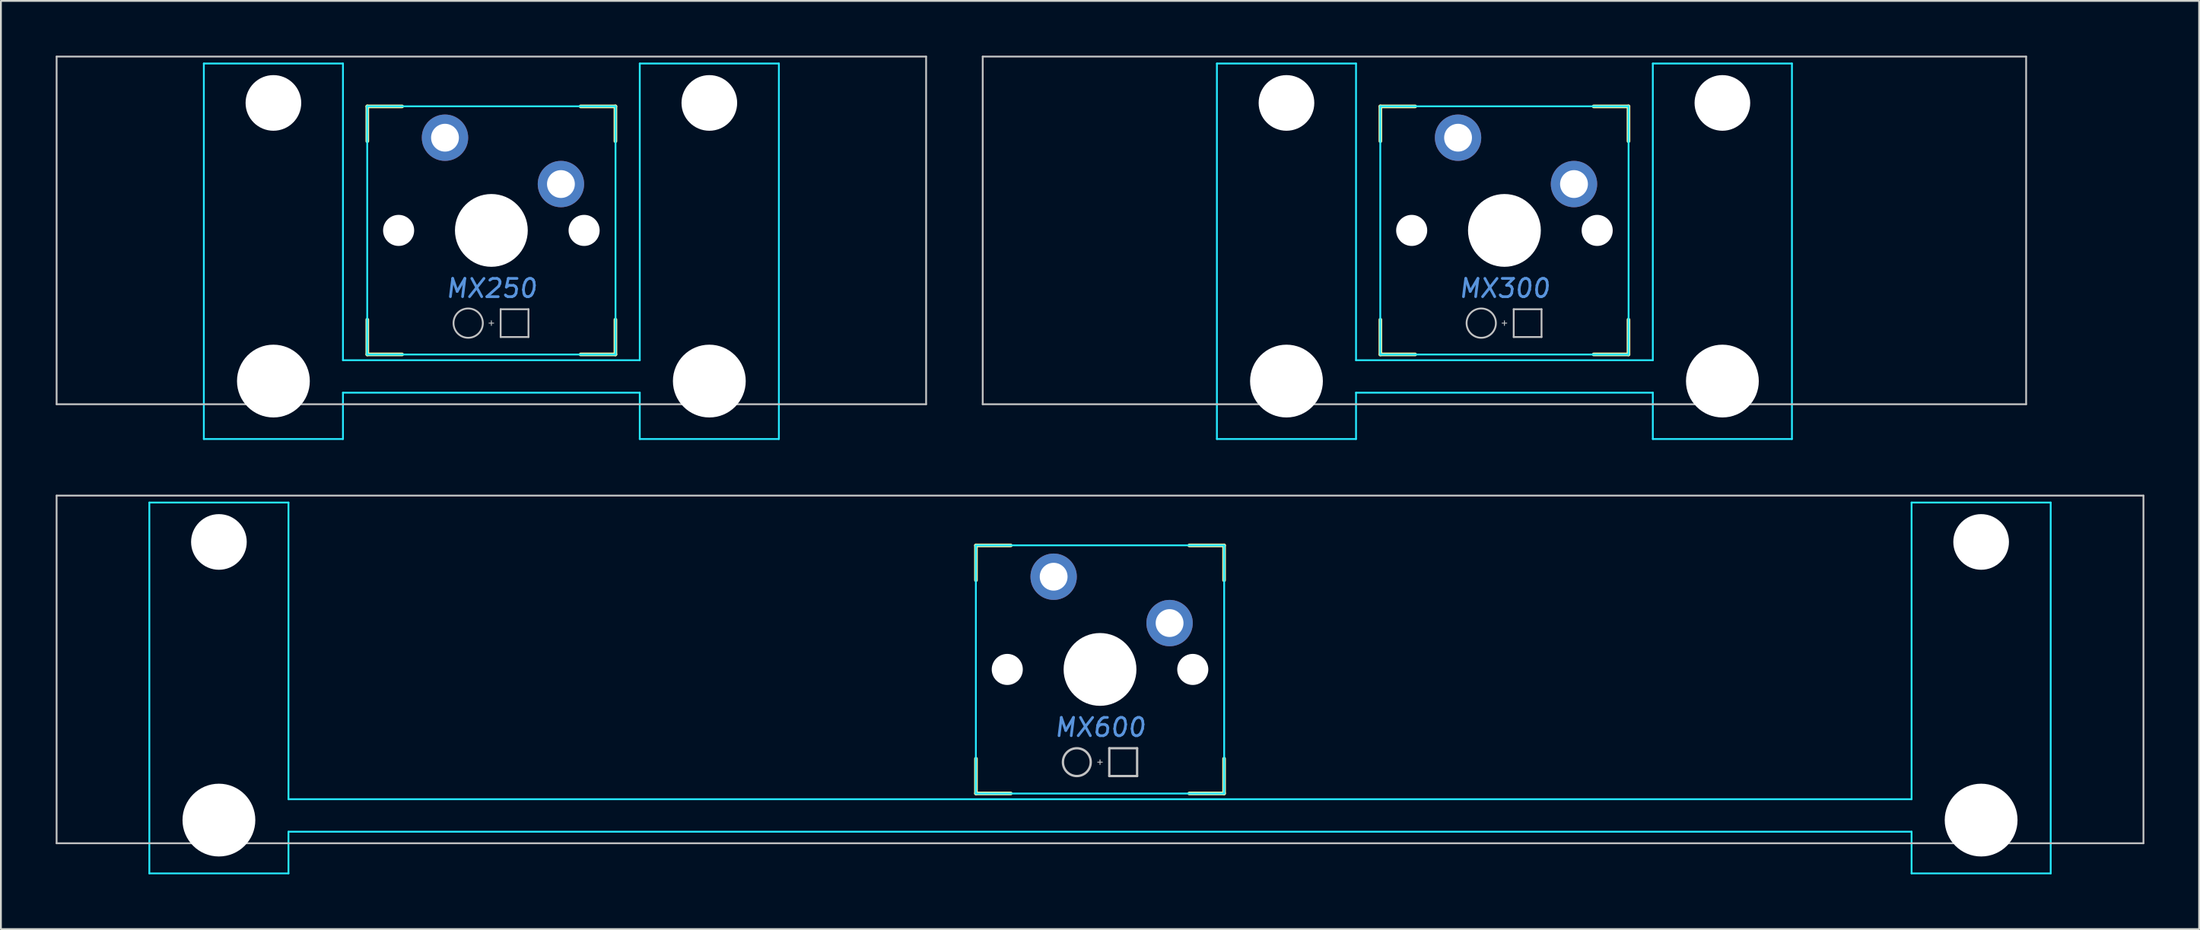
<source format=kicad_pcb>
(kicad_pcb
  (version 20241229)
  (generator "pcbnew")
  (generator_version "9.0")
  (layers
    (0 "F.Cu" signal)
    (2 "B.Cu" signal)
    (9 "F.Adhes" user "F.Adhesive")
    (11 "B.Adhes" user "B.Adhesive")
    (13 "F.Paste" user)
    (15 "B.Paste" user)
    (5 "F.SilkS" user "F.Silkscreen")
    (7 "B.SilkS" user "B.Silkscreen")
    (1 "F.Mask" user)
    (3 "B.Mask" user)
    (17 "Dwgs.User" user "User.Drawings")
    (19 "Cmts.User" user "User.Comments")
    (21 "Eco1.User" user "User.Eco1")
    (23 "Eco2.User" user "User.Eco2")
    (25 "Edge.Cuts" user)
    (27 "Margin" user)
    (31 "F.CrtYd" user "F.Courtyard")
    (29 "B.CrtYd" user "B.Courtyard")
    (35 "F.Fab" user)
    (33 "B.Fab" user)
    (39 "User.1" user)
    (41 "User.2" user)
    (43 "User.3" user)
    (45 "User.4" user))
  (footprint "MX300"
    (layer "F.Cu")
    (at 79.35 9.575)
    (property "Reference" "MX300" (at 0 3.175 0) (layer "Cmts.User") (effects (font (size 1 1) (thickness 0.15) (italic yes))))
    (attr through_hole)
    (fp_line (start -6.795 -4.889) (end -6.795 -6.795) (stroke (width 0.2) (type solid)) (layer "F.SilkS"))
    (fp_line (start -6.795 4.889) (end -6.795 6.795) (stroke (width 0.2) (type solid)) (layer "F.SilkS"))
    (fp_line (start -4.889 -6.795) (end -6.795 -6.795) (stroke (width 0.2) (type solid)) (layer "F.SilkS"))
    (fp_line (start -4.889 6.795) (end -6.795 6.795) (stroke (width 0.2) (type solid)) (layer "F.SilkS"))
    (fp_line (start 4.889 -6.795) (end 6.795 -6.795) (stroke (width 0.2) (type solid)) (layer "F.SilkS"))
    (fp_line (start 4.889 6.795) (end 6.795 6.795) (stroke (width 0.2) (type solid)) (layer "F.SilkS"))
    (fp_line (start 6.795 -4.889) (end 6.795 -6.795) (stroke (width 0.2) (type solid)) (layer "F.SilkS"))
    (fp_line (start 6.795 4.889) (end 6.795 6.795) (stroke (width 0.2) (type solid)) (layer "F.SilkS"))
    (fp_line (start -28.575 -9.525) (end -28.575 9.525) (stroke (width 0.1) (type solid)) (layer "Dwgs.User"))
    (fp_line (start -28.575 -9.525) (end 28.575 -9.525) (stroke (width 0.1) (type solid)) (layer "Dwgs.User"))
    (fp_line (start -28.575 9.525) (end 28.575 9.525) (stroke (width 0.1) (type solid)) (layer "Dwgs.User"))
    (fp_line (start -0.127 5.08) (end 0.127 5.08) (stroke (width 0.05) (type solid)) (layer "Dwgs.User"))
    (fp_line (start 0 5.207) (end 0 4.953) (stroke (width 0.05) (type solid)) (layer "Dwgs.User"))
    (fp_line (start 0.508 4.318) (end 0.508 5.842) (stroke (width 0.1) (type solid)) (layer "Dwgs.User"))
    (fp_line (start 0.508 4.318) (end 2.032 4.318) (stroke (width 0.1) (type solid)) (layer "Dwgs.User"))
    (fp_line (start 0.508 5.842) (end 2.032 5.842) (stroke (width 0.1) (type solid)) (layer "Dwgs.User"))
    (fp_line (start 2.032 5.842) (end 2.032 4.318) (stroke (width 0.1) (type solid)) (layer "Dwgs.User"))
    (fp_line (start 28.575 -9.525) (end 28.575 9.525) (stroke (width 0.1) (type solid)) (layer "Dwgs.User"))
    (fp_circle (center -1.27 5.08) (end -0.467 5.08) (stroke (width 0.1) (type solid)) (fill no) (layer "Dwgs.User"))
    (fp_line (start -15.748 -9.144) (end -8.128 -9.144) (stroke (width 0.1) (type solid)) (layer "B.CrtYd"))
    (fp_line (start -15.748 11.43) (end -15.748 -9.144) (stroke (width 0.1) (type solid)) (layer "B.CrtYd"))
    (fp_line (start -8.128 -9.144) (end -8.128 7.112) (stroke (width 0.1) (type solid)) (layer "B.CrtYd"))
    (fp_line (start -8.128 7.112) (end 8.128 7.112) (stroke (width 0.1) (type solid)) (layer "B.CrtYd"))
    (fp_line (start -8.128 8.89) (end 8.128 8.89) (stroke (width 0.1) (type solid)) (layer "B.CrtYd"))
    (fp_line (start -8.128 11.43) (end -15.748 11.43) (stroke (width 0.1) (type solid)) (layer "B.CrtYd"))
    (fp_line (start -8.128 11.43) (end -8.128 8.89) (stroke (width 0.1) (type solid)) (layer "B.CrtYd"))
    (fp_line (start -6.8 6.8) (end -6.8 -6.8) (stroke (width 0.1) (type solid)) (layer "B.CrtYd"))
    (fp_line (start 6.8 -6.8) (end -6.8 -6.8) (stroke (width 0.1) (type solid)) (layer "B.CrtYd"))
    (fp_line (start 6.8 6.8) (end -6.8 6.8) (stroke (width 0.1) (type solid)) (layer "B.CrtYd"))
    (fp_line (start 6.8 6.8) (end 6.8 -6.8) (stroke (width 0.1) (type solid)) (layer "B.CrtYd"))
    (fp_line (start 8.128 -9.144) (end 8.128 7.112) (stroke (width 0.1) (type solid)) (layer "B.CrtYd"))
    (fp_line (start 8.128 -9.144) (end 15.748 -9.144) (stroke (width 0.1) (type solid)) (layer "B.CrtYd"))
    (fp_line (start 8.128 11.43) (end 8.128 8.89) (stroke (width 0.1) (type solid)) (layer "B.CrtYd"))
    (fp_line (start 15.748 -9.144) (end 15.748 11.43) (stroke (width 0.1) (type solid)) (layer "B.CrtYd"))
    (fp_line (start 15.748 11.43) (end 8.128 11.43) (stroke (width 0.1) (type solid)) (layer "B.CrtYd"))
    (pad "" np_thru_hole circle (at -11.938 -6.985) (size 3.048 3.048) (drill 3.048) (layers "*.Cu" "*.Mask"))
    (pad "" np_thru_hole circle (at -11.938 8.255) (size 3.988 3.988) (drill 3.988) (layers "*.Cu" "*.Mask"))
    (pad "" np_thru_hole circle (at -5.08 0) (size 1.702 1.702) (drill 1.702) (layers "*.Cu" "*.Mask"))
    (pad "" np_thru_hole circle (at 0 0) (size 3.988 3.988) (drill 3.988) (layers "*.Cu" "*.Mask"))
    (pad "" np_thru_hole circle (at 5.08 0) (size 1.702 1.702) (drill 1.702) (layers "*.Cu" "*.Mask"))
    (pad "" np_thru_hole circle (at 11.938 -6.985) (size 3.048 3.048) (drill 3.048) (layers "*.Cu" "*.Mask"))
    (pad "" np_thru_hole circle (at 11.938 8.255) (size 3.988 3.988) (drill 3.988) (layers "*.Cu" "*.Mask"))
    (pad "1" thru_hole circle (at -2.54 -5.08) (size 2.54 2.54) (drill 1.524) (layers "*.Cu" "*.Mask"))
    (pad "2" thru_hole circle (at 3.81 -2.54) (size 2.54 2.54) (drill 1.524) (layers "*.Cu" "*.Mask")))
  (footprint "MX600"
    (layer "F.Cu")
    (at 57.2 33.63)
    (property "Reference" "MX600" (at 0 3.175 0) (layer "Cmts.User") (effects (font (size 1 1) (thickness 0.15) (italic yes))))
    (attr through_hole)
    (fp_line (start -6.795 -4.889) (end -6.795 -6.795) (stroke (width 0.2) (type solid)) (layer "F.SilkS"))
    (fp_line (start -6.795 4.889) (end -6.795 6.795) (stroke (width 0.2) (type solid)) (layer "F.SilkS"))
    (fp_line (start -4.889 -6.795) (end -6.795 -6.795) (stroke (width 0.2) (type solid)) (layer "F.SilkS"))
    (fp_line (start -4.889 6.795) (end -6.795 6.795) (stroke (width 0.2) (type solid)) (layer "F.SilkS"))
    (fp_line (start 4.889 -6.795) (end 6.795 -6.795) (stroke (width 0.2) (type solid)) (layer "F.SilkS"))
    (fp_line (start 4.889 6.795) (end 6.795 6.795) (stroke (width 0.2) (type solid)) (layer "F.SilkS"))
    (fp_line (start 6.795 -4.889) (end 6.795 -6.795) (stroke (width 0.2) (type solid)) (layer "F.SilkS"))
    (fp_line (start 6.795 4.889) (end 6.795 6.795) (stroke (width 0.2) (type solid)) (layer "F.SilkS"))
    (fp_line (start -57.15 -9.525) (end -57.15 9.525) (stroke (width 0.1) (type solid)) (layer "Dwgs.User"))
    (fp_line (start -57.15 -9.525) (end 57.15 -9.525) (stroke (width 0.1) (type solid)) (layer "Dwgs.User"))
    (fp_line (start -57.15 9.525) (end 57.15 9.525) (stroke (width 0.1) (type solid)) (layer "Dwgs.User"))
    (fp_line (start -0.127 5.08) (end 0.127 5.08) (stroke (width 0.051) (type solid)) (layer "Dwgs.User"))
    (fp_line (start 0 5.207) (end 0 4.953) (stroke (width 0.051) (type solid)) (layer "Dwgs.User"))
    (fp_line (start 0.508 4.318) (end 0.508 5.842) (stroke (width 0.127) (type solid)) (layer "Dwgs.User"))
    (fp_line (start 0.508 4.318) (end 2.032 4.318) (stroke (width 0.127) (type solid)) (layer "Dwgs.User"))
    (fp_line (start 0.508 5.842) (end 2.032 5.842) (stroke (width 0.127) (type solid)) (layer "Dwgs.User"))
    (fp_line (start 2.032 5.842) (end 2.032 4.318) (stroke (width 0.127) (type solid)) (layer "Dwgs.User"))
    (fp_line (start 57.15 -9.525) (end 57.15 9.525) (stroke (width 0.1) (type solid)) (layer "Dwgs.User"))
    (fp_circle (center -1.27 5.08) (end -0.508 5.08) (stroke (width 0.127) (type solid)) (fill no) (layer "Dwgs.User"))
    (fp_line (start -52.07 -9.144) (end -52.07 11.176) (stroke (width 0.1) (type solid)) (layer "B.CrtYd"))
    (fp_line (start -52.07 -9.144) (end -44.45 -9.144) (stroke (width 0.1) (type solid)) (layer "B.CrtYd"))
    (fp_line (start -52.07 11.176) (end -44.45 11.176) (stroke (width 0.1) (type solid)) (layer "B.CrtYd"))
    (fp_line (start -44.45 7.112) (end -44.45 -9.144) (stroke (width 0.1) (type solid)) (layer "B.CrtYd"))
    (fp_line (start -44.45 7.112) (end 44.45 7.112) (stroke (width 0.1) (type solid)) (layer "B.CrtYd"))
    (fp_line (start -44.45 8.89) (end -44.45 11.176) (stroke (width 0.1) (type solid)) (layer "B.CrtYd"))
    (fp_line (start -44.45 8.89) (end 44.45 8.89) (stroke (width 0.1) (type solid)) (layer "B.CrtYd"))
    (fp_line (start -6.8 -6.8) (end -6.8 6.8) (stroke (width 0.1) (type solid)) (layer "B.CrtYd"))
    (fp_line (start -6.8 -6.8) (end 6.8 -6.8) (stroke (width 0.1) (type solid)) (layer "B.CrtYd"))
    (fp_line (start -6.8 6.8) (end 6.8 6.8) (stroke (width 0.1) (type solid)) (layer "B.CrtYd"))
    (fp_line (start 6.8 6.8) (end 6.8 -6.8) (stroke (width 0.1) (type solid)) (layer "B.CrtYd"))
    (fp_line (start 44.45 -9.144) (end 52.07 -9.144) (stroke (width 0.1) (type solid)) (layer "B.CrtYd"))
    (fp_line (start 44.45 7.112) (end 44.45 -9.144) (stroke (width 0.1) (type solid)) (layer "B.CrtYd"))
    (fp_line (start 44.45 8.89) (end 44.45 11.176) (stroke (width 0.1) (type solid)) (layer "B.CrtYd"))
    (fp_line (start 44.45 11.176) (end 52.07 11.176) (stroke (width 0.1) (type solid)) (layer "B.CrtYd"))
    (fp_line (start 52.07 -9.144) (end 52.07 11.176) (stroke (width 0.1) (type solid)) (layer "B.CrtYd"))
    (pad "" np_thru_hole circle (at -48.26 -6.985 180) (size 3.048 3.048) (drill 3.048) (layers "*.Cu" "*.Mask"))
    (pad "" np_thru_hole circle (at -48.26 8.255 180) (size 3.988 3.988) (drill 3.988) (layers "*.Cu" "*.Mask"))
    (pad "" np_thru_hole circle (at -5.08 0) (size 1.702 1.702) (drill 1.702) (layers "*.Cu" "*.Mask"))
    (pad "" np_thru_hole circle (at 0 0) (size 3.988 3.988) (drill 3.988) (layers "*.Cu" "*.Mask"))
    (pad "" np_thru_hole circle (at 5.08 0) (size 1.702 1.702) (drill 1.702) (layers "*.Cu" "*.Mask"))
    (pad "" np_thru_hole circle (at 48.26 -6.985 180) (size 3.048 3.048) (drill 3.048) (layers "*.Cu" "*.Mask"))
    (pad "" np_thru_hole circle (at 48.26 8.255 180) (size 3.988 3.988) (drill 3.988) (layers "*.Cu" "*.Mask"))
    (pad "1" thru_hole circle (at -2.54 -5.08) (size 2.54 2.54) (drill 1.524) (layers "*.Cu" "*.Mask"))
    (pad "2" thru_hole circle (at 3.81 -2.54) (size 2.54 2.54) (drill 1.524) (layers "*.Cu" "*.Mask")))
  (footprint "MX250"
    (layer "F.Cu")
    (at 23.863 9.575)
    (property "Reference" "MX250" (at 0 3.175 0) (layer "Cmts.User") (effects (font (size 1 1) (thickness 0.15) (italic yes))))
    (attr through_hole)
    (fp_line (start -6.795 -4.889) (end -6.795 -6.795) (stroke (width 0.2) (type solid)) (layer "F.SilkS"))
    (fp_line (start -6.795 4.889) (end -6.795 6.795) (stroke (width 0.2) (type solid)) (layer "F.SilkS"))
    (fp_line (start -4.889 -6.795) (end -6.795 -6.795) (stroke (width 0.2) (type solid)) (layer "F.SilkS"))
    (fp_line (start -4.889 6.795) (end -6.795 6.795) (stroke (width 0.2) (type solid)) (layer "F.SilkS"))
    (fp_line (start 4.889 -6.795) (end 6.795 -6.795) (stroke (width 0.2) (type solid)) (layer "F.SilkS"))
    (fp_line (start 4.889 6.795) (end 6.795 6.795) (stroke (width 0.2) (type solid)) (layer "F.SilkS"))
    (fp_line (start 6.795 -4.889) (end 6.795 -6.795) (stroke (width 0.2) (type solid)) (layer "F.SilkS"))
    (fp_line (start 6.795 4.889) (end 6.795 6.795) (stroke (width 0.2) (type solid)) (layer "F.SilkS"))
    (fp_line (start -23.812 -9.525) (end -23.812 9.525) (stroke (width 0.1) (type solid)) (layer "Dwgs.User"))
    (fp_line (start -23.812 -9.525) (end 23.812 -9.525) (stroke (width 0.1) (type solid)) (layer "Dwgs.User"))
    (fp_line (start -23.812 9.525) (end 23.812 9.525) (stroke (width 0.1) (type solid)) (layer "Dwgs.User"))
    (fp_line (start -0.127 5.08) (end 0.127 5.08) (stroke (width 0.05) (type solid)) (layer "Dwgs.User"))
    (fp_line (start 0 5.207) (end 0 4.953) (stroke (width 0.05) (type solid)) (layer "Dwgs.User"))
    (fp_line (start 0.508 4.318) (end 0.508 5.842) (stroke (width 0.1) (type solid)) (layer "Dwgs.User"))
    (fp_line (start 0.508 4.318) (end 2.032 4.318) (stroke (width 0.1) (type solid)) (layer "Dwgs.User"))
    (fp_line (start 0.508 5.842) (end 2.032 5.842) (stroke (width 0.1) (type solid)) (layer "Dwgs.User"))
    (fp_line (start 2.032 5.842) (end 2.032 4.318) (stroke (width 0.1) (type solid)) (layer "Dwgs.User"))
    (fp_line (start 23.812 -9.525) (end 23.812 9.525) (stroke (width 0.1) (type solid)) (layer "Dwgs.User"))
    (fp_circle (center -1.27 5.08) (end -0.467 5.08) (stroke (width 0.1) (type solid)) (fill no) (layer "Dwgs.User"))
    (fp_line (start -15.748 -9.144) (end -8.128 -9.144) (stroke (width 0.1) (type solid)) (layer "B.CrtYd"))
    (fp_line (start -15.748 11.43) (end -15.748 -9.144) (stroke (width 0.1) (type solid)) (layer "B.CrtYd"))
    (fp_line (start -8.128 -9.144) (end -8.128 7.112) (stroke (width 0.1) (type solid)) (layer "B.CrtYd"))
    (fp_line (start -8.128 7.112) (end 8.128 7.112) (stroke (width 0.1) (type solid)) (layer "B.CrtYd"))
    (fp_line (start -8.128 8.89) (end 8.128 8.89) (stroke (width 0.1) (type solid)) (layer "B.CrtYd"))
    (fp_line (start -8.128 11.43) (end -15.748 11.43) (stroke (width 0.1) (type solid)) (layer "B.CrtYd"))
    (fp_line (start -8.128 11.43) (end -8.128 8.89) (stroke (width 0.1) (type solid)) (layer "B.CrtYd"))
    (fp_line (start -6.8 6.8) (end -6.8 -6.8) (stroke (width 0.1) (type solid)) (layer "B.CrtYd"))
    (fp_line (start 6.8 -6.8) (end -6.8 -6.8) (stroke (width 0.1) (type solid)) (layer "B.CrtYd"))
    (fp_line (start 6.8 6.8) (end -6.8 6.8) (stroke (width 0.1) (type solid)) (layer "B.CrtYd"))
    (fp_line (start 6.8 6.8) (end 6.8 -6.8) (stroke (width 0.1) (type solid)) (layer "B.CrtYd"))
    (fp_line (start 8.128 -9.144) (end 8.128 7.112) (stroke (width 0.1) (type solid)) (layer "B.CrtYd"))
    (fp_line (start 8.128 -9.144) (end 15.748 -9.144) (stroke (width 0.1) (type solid)) (layer "B.CrtYd"))
    (fp_line (start 8.128 11.43) (end 8.128 8.89) (stroke (width 0.1) (type solid)) (layer "B.CrtYd"))
    (fp_line (start 15.748 -9.144) (end 15.748 11.43) (stroke (width 0.1) (type solid)) (layer "B.CrtYd"))
    (fp_line (start 15.748 11.43) (end 8.128 11.43) (stroke (width 0.1) (type solid)) (layer "B.CrtYd"))
    (pad "" np_thru_hole circle (at -11.938 -6.985) (size 3.048 3.048) (drill 3.048) (layers "*.Cu" "*.Mask"))
    (pad "" np_thru_hole circle (at -11.938 8.255) (size 3.988 3.988) (drill 3.988) (layers "*.Cu" "*.Mask"))
    (pad "" np_thru_hole circle (at -5.08 0) (size 1.702 1.702) (drill 1.702) (layers "*.Cu" "*.Mask"))
    (pad "" np_thru_hole circle (at 0 0) (size 3.988 3.988) (drill 3.988) (layers "*.Cu" "*.Mask"))
    (pad "" np_thru_hole circle (at 5.08 0) (size 1.702 1.702) (drill 1.702) (layers "*.Cu" "*.Mask"))
    (pad "" np_thru_hole circle (at 11.938 -6.985) (size 3.048 3.048) (drill 3.048) (layers "*.Cu" "*.Mask"))
    (pad "" np_thru_hole circle (at 11.938 8.255) (size 3.988 3.988) (drill 3.988) (layers "*.Cu" "*.Mask"))
    (pad "1" thru_hole circle (at -2.54 -5.08) (size 2.54 2.54) (drill 1.524) (layers "*.Cu" "*.Mask"))
    (pad "2" thru_hole circle (at 3.81 -2.54) (size 2.54 2.54) (drill 1.524) (layers "*.Cu" "*.Mask")))
  (gr_rect
    (start -3 -3)
    (end 117.4 47.856)
    (stroke (width 0.1) (type default))
    (fill no)
    (layer "Edge.Cuts")))
</source>
